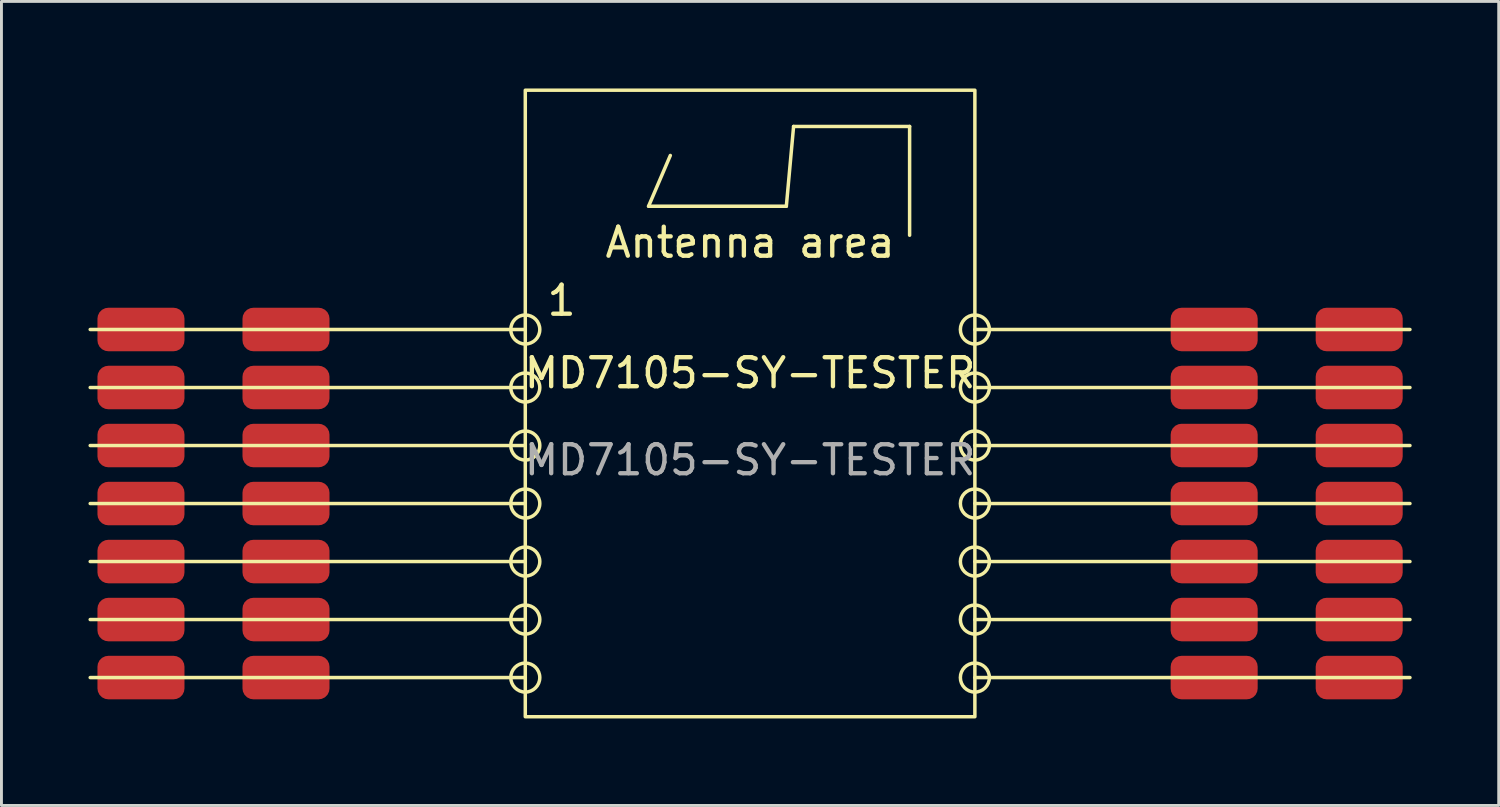
<source format=kicad_pcb>
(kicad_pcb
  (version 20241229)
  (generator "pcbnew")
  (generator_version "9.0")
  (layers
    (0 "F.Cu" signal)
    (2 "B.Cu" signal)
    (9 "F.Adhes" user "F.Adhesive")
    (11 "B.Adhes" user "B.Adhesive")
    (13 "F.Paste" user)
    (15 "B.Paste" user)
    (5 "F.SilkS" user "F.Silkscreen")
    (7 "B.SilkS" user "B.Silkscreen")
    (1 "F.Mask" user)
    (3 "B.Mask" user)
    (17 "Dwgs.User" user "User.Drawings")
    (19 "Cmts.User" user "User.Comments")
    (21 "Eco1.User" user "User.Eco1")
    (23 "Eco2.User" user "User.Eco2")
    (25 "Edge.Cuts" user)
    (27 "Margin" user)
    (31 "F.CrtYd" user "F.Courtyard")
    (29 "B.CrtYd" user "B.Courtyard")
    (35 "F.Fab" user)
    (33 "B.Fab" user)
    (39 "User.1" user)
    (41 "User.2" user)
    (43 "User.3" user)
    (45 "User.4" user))
  (footprint "MD7105-SY-TESTER"
    (layer "F.Cu")
    (at 22.81 11.06)
    (property "Reference" "MD7105-SY-TESTER" (at 0 -1.25 0) (unlocked yes) (layer "F.SilkS") (effects (font (size 1 1) (thickness 0.15))))
    (attr smd)
    (fp_line (start -7.75 -2.75) (end -22.75 -2.75) (stroke (width 0.12) (type solid)) (layer "F.SilkS"))
    (fp_line (start -7.75 -0.75) (end -22.75 -0.75) (stroke (width 0.12) (type solid)) (layer "F.SilkS"))
    (fp_line (start -7.75 1.25) (end -22.75 1.25) (stroke (width 0.12) (type solid)) (layer "F.SilkS"))
    (fp_line (start -7.75 3.25) (end -22.75 3.25) (stroke (width 0.12) (type solid)) (layer "F.SilkS"))
    (fp_line (start -7.75 5.25) (end -22.75 5.25) (stroke (width 0.12) (type solid)) (layer "F.SilkS"))
    (fp_line (start -7.75 7.25) (end -22.75 7.25) (stroke (width 0.12) (type solid)) (layer "F.SilkS"))
    (fp_line (start -7.75 9.25) (end -22.75 9.25) (stroke (width 0.12) (type solid)) (layer "F.SilkS"))
    (fp_line (start -3.5 -7) (end -2.75 -8.75) (stroke (width 0.12) (type solid)) (layer "F.SilkS"))
    (fp_line (start 1.25 -7) (end -3.5 -7) (stroke (width 0.12) (type solid)) (layer "F.SilkS"))
    (fp_line (start 1.5 -9.75) (end 1.25 -7) (stroke (width 0.12) (type solid)) (layer "F.SilkS"))
    (fp_line (start 5.5 -9.75) (end 1.5 -9.75) (stroke (width 0.12) (type solid)) (layer "F.SilkS"))
    (fp_line (start 5.5 -6) (end 5.5 -9.75) (stroke (width 0.12) (type solid)) (layer "F.SilkS"))
    (fp_line (start 22.75 -2.75) (end 7.75 -2.75) (stroke (width 0.12) (type solid)) (layer "F.SilkS"))
    (fp_line (start 22.75 -0.75) (end 7.75 -0.75) (stroke (width 0.12) (type solid)) (layer "F.SilkS"))
    (fp_line (start 22.75 1.25) (end 7.75 1.25) (stroke (width 0.12) (type solid)) (layer "F.SilkS"))
    (fp_line (start 22.75 3.25) (end 7.75 3.25) (stroke (width 0.12) (type solid)) (layer "F.SilkS"))
    (fp_line (start 22.75 5.25) (end 7.75 5.25) (stroke (width 0.12) (type solid)) (layer "F.SilkS"))
    (fp_line (start 22.75 7.25) (end 7.75 7.25) (stroke (width 0.12) (type solid)) (layer "F.SilkS"))
    (fp_line (start 22.75 9.25) (end 7.75 9.25) (stroke (width 0.12) (type solid)) (layer "F.SilkS"))
    (fp_rect (start -7.75 10.6) (end 7.75 -11) (stroke (width 0.12) (type solid)) (fill no) (layer "F.SilkS"))
    (fp_circle (center -7.75 -2.75) (end -7.75 -3.25) (stroke (width 0.12) (type solid)) (fill no) (layer "F.SilkS"))
    (fp_circle (center -7.75 -0.75) (end -7.75 -1.25) (stroke (width 0.12) (type solid)) (fill no) (layer "F.SilkS"))
    (fp_circle (center -7.75 1.25) (end -7.75 0.75) (stroke (width 0.12) (type solid)) (fill no) (layer "F.SilkS"))
    (fp_circle (center -7.75 3.25) (end -7.75 2.75) (stroke (width 0.12) (type solid)) (fill no) (layer "F.SilkS"))
    (fp_circle (center -7.75 5.25) (end -7.75 4.75) (stroke (width 0.12) (type solid)) (fill no) (layer "F.SilkS"))
    (fp_circle (center -7.75 7.25) (end -7.75 6.75) (stroke (width 0.12) (type solid)) (fill no) (layer "F.SilkS"))
    (fp_circle (center -7.75 9.25) (end -7.75 8.75) (stroke (width 0.12) (type solid)) (fill no) (layer "F.SilkS"))
    (fp_circle (center 7.75 -2.75) (end 7.75 -3.25) (stroke (width 0.12) (type solid)) (fill no) (layer "F.SilkS"))
    (fp_circle (center 7.75 -0.75) (end 7.75 -1.25) (stroke (width 0.12) (type solid)) (fill no) (layer "F.SilkS"))
    (fp_circle (center 7.75 1.25) (end 7.75 0.75) (stroke (width 0.12) (type solid)) (fill no) (layer "F.SilkS"))
    (fp_circle (center 7.75 3.25) (end 7.75 2.75) (stroke (width 0.12) (type solid)) (fill no) (layer "F.SilkS"))
    (fp_circle (center 7.75 5.25) (end 7.75 4.75) (stroke (width 0.12) (type solid)) (fill no) (layer "F.SilkS"))
    (fp_circle (center 7.75 7.25) (end 7.75 6.75) (stroke (width 0.12) (type solid)) (fill no) (layer "F.SilkS"))
    (fp_circle (center 7.75 9.25) (end 7.75 8.75) (stroke (width 0.12) (type solid)) (fill no) (layer "F.SilkS"))
    (fp_text user "Antenna area" (at 0 -5.75 0) (unlocked yes) (layer "F.SilkS") (effects (font (size 1 1) (thickness 0.15))))
    (fp_text user "1" (at -6.5 -3.75 0) (unlocked yes) (layer "F.SilkS") (effects (font (size 1 1) (thickness 0.15))))
    (fp_text user "${REFERENCE}" (at 0 1.75 0) (unlocked yes) (layer "F.Fab") (effects (font (size 1 1) (thickness 0.15))))
    (pad "1" smd roundrect (at -21 -2.75) (size 3 1.5) (layers "F.Cu" "F.Mask" "F.Paste") (roundrect_rratio 0.25))
    (pad "1" smd roundrect (at -16 -2.75) (size 3 1.5) (layers "F.Cu" "F.Mask" "F.Paste") (roundrect_rratio 0.25))
    (pad "2" smd roundrect (at -21 -0.75) (size 3 1.5) (layers "F.Cu" "F.Mask" "F.Paste") (roundrect_rratio 0.25))
    (pad "2" smd roundrect (at -16 -0.75) (size 3 1.5) (layers "F.Cu" "F.Mask" "F.Paste") (roundrect_rratio 0.25))
    (pad "3" smd roundrect (at -21 1.25) (size 3 1.5) (layers "F.Cu" "F.Mask" "F.Paste") (roundrect_rratio 0.25))
    (pad "3" smd roundrect (at -16 1.25) (size 3 1.5) (layers "F.Cu" "F.Mask" "F.Paste") (roundrect_rratio 0.25))
    (pad "4" smd roundrect (at -21 3.25) (size 3 1.5) (layers "F.Cu" "F.Mask" "F.Paste") (roundrect_rratio 0.25))
    (pad "4" smd roundrect (at -16 3.25) (size 3 1.5) (layers "F.Cu" "F.Mask" "F.Paste") (roundrect_rratio 0.25))
    (pad "5" smd roundrect (at -21 5.25) (size 3 1.5) (layers "F.Cu" "F.Mask" "F.Paste") (roundrect_rratio 0.25))
    (pad "5" smd roundrect (at -16 5.25) (size 3 1.5) (layers "F.Cu" "F.Mask" "F.Paste") (roundrect_rratio 0.25))
    (pad "6" smd roundrect (at -21 7.25) (size 3 1.5) (layers "F.Cu" "F.Mask" "F.Paste") (roundrect_rratio 0.25))
    (pad "6" smd roundrect (at -16 7.25) (size 3 1.5) (layers "F.Cu" "F.Mask" "F.Paste") (roundrect_rratio 0.25))
    (pad "7" smd roundrect (at -21 9.25) (size 3 1.5) (layers "F.Cu" "F.Mask" "F.Paste") (roundrect_rratio 0.25))
    (pad "7" smd roundrect (at -16 9.25) (size 3 1.5) (layers "F.Cu" "F.Mask" "F.Paste") (roundrect_rratio 0.25))
    (pad "8" smd roundrect (at 16 9.25) (size 3 1.5) (layers "F.Cu" "F.Mask" "F.Paste") (roundrect_rratio 0.25))
    (pad "8" smd roundrect (at 21 9.25) (size 3 1.5) (layers "F.Cu" "F.Mask" "F.Paste") (roundrect_rratio 0.25))
    (pad "9" smd roundrect (at 16 7.25) (size 3 1.5) (layers "F.Cu" "F.Mask" "F.Paste") (roundrect_rratio 0.25))
    (pad "9" smd roundrect (at 21 7.25) (size 3 1.5) (layers "F.Cu" "F.Mask" "F.Paste") (roundrect_rratio 0.25))
    (pad "10" smd roundrect (at 16 5.25) (size 3 1.5) (layers "F.Cu" "F.Mask" "F.Paste") (roundrect_rratio 0.25))
    (pad "10" smd roundrect (at 21 5.25) (size 3 1.5) (layers "F.Cu" "F.Mask" "F.Paste") (roundrect_rratio 0.25))
    (pad "11" smd roundrect (at 16 3.25) (size 3 1.5) (layers "F.Cu" "F.Mask" "F.Paste") (roundrect_rratio 0.25))
    (pad "11" smd roundrect (at 21 3.25) (size 3 1.5) (layers "F.Cu" "F.Mask" "F.Paste") (roundrect_rratio 0.25))
    (pad "12" smd roundrect (at 16 1.25) (size 3 1.5) (layers "F.Cu" "F.Mask" "F.Paste") (roundrect_rratio 0.25))
    (pad "12" smd roundrect (at 21 1.25) (size 3 1.5) (layers "F.Cu" "F.Mask" "F.Paste") (roundrect_rratio 0.25))
    (pad "13" smd roundrect (at 16 -0.75) (size 3 1.5) (layers "F.Cu" "F.Mask" "F.Paste") (roundrect_rratio 0.25))
    (pad "13" smd roundrect (at 21 -0.75) (size 3 1.5) (layers "F.Cu" "F.Mask" "F.Paste") (roundrect_rratio 0.25))
    (pad "14" smd roundrect (at 16 -2.75) (size 3 1.5) (layers "F.Cu" "F.Mask" "F.Paste") (roundrect_rratio 0.25))
    (pad "14" smd roundrect (at 21 -2.75) (size 3 1.5) (layers "F.Cu" "F.Mask" "F.Paste") (roundrect_rratio 0.25)))
  (gr_rect
    (start -3 -3)
    (end 48.62 24.72)
    (stroke (width 0.1) (type default))
    (fill no)
    (layer "Edge.Cuts")))
</source>
